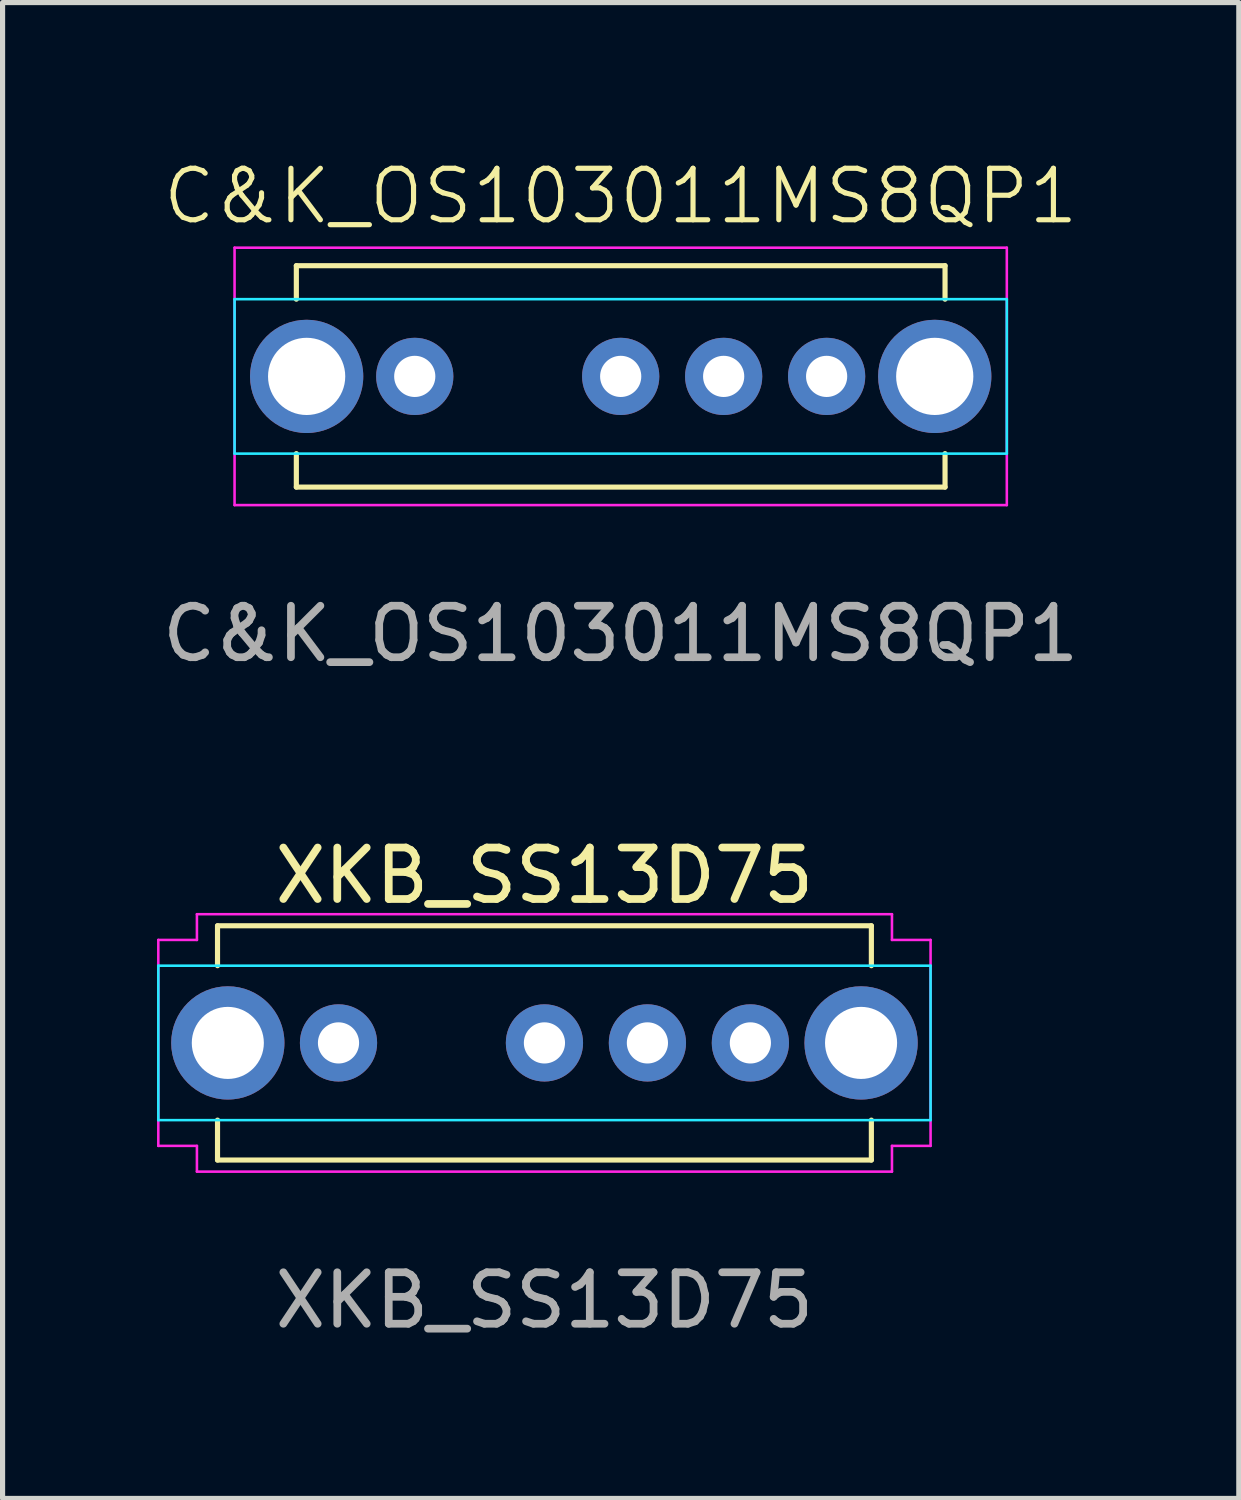
<source format=kicad_pcb>
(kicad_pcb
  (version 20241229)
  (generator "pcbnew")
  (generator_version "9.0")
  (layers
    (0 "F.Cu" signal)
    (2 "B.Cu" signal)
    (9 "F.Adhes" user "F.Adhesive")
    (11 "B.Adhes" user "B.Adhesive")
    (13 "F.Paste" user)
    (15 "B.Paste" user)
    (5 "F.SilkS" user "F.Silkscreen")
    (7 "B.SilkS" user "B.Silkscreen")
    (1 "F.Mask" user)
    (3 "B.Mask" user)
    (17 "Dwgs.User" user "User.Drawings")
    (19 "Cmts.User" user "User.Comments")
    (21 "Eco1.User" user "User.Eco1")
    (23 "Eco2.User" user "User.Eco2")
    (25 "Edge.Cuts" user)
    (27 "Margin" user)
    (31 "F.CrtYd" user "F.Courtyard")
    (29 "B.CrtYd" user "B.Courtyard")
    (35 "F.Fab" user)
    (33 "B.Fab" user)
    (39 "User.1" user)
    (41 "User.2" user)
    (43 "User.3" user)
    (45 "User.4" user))
  (footprint "XKB_SS13D75"
    (layer "F.Cu")
    (at 7.525 17.207)
    (property "Reference" "XKB_SS13D75" (at 0 -3.25 0) (unlocked yes) (layer "F.SilkS") (effects (font (size 1 1) (thickness 0.15))))
    (attr through_hole)
    (fp_line (start -6.35 -2.275) (end 6.35 -2.275) (stroke (width 0.1) (type default)) (layer "F.SilkS"))
    (fp_line (start -6.35 -1.5) (end -6.35 -2.275) (stroke (width 0.1) (type default)) (layer "F.SilkS"))
    (fp_line (start -6.35 2.275) (end -6.35 1.5) (stroke (width 0.1) (type default)) (layer "F.SilkS"))
    (fp_line (start 6.35 -2.275) (end 6.35 -1.5) (stroke (width 0.1) (type default)) (layer "F.SilkS"))
    (fp_line (start 6.35 2.275) (end -6.35 2.275) (stroke (width 0.1) (type default)) (layer "F.SilkS"))
    (fp_line (start 6.35 2.275) (end 6.35 1.5) (stroke (width 0.1) (type default)) (layer "F.SilkS"))
    (fp_line (start -7.5 -1.5) (end 7.5 -1.5) (stroke (width 0.05) (type default)) (layer "B.CrtYd"))
    (fp_line (start -7.5 1.5) (end -7.5 -1.5) (stroke (width 0.05) (type default)) (layer "B.CrtYd"))
    (fp_line (start 7.5 -1.5) (end 7.5 1.5) (stroke (width 0.05) (type default)) (layer "B.CrtYd"))
    (fp_line (start 7.5 1.5) (end -7.5 1.5) (stroke (width 0.05) (type default)) (layer "B.CrtYd"))
    (fp_line (start -7.5 -2) (end -6.75 -2) (stroke (width 0.05) (type default)) (layer "F.CrtYd"))
    (fp_line (start -7.5 2) (end -7.5 -2) (stroke (width 0.05) (type default)) (layer "F.CrtYd"))
    (fp_line (start -7.5 2) (end -6.75 2) (stroke (width 0.05) (type default)) (layer "F.CrtYd"))
    (fp_line (start -6.75 -2.5) (end 6.75 -2.5) (stroke (width 0.05) (type default)) (layer "F.CrtYd"))
    (fp_line (start -6.75 -2) (end -6.75 -2.5) (stroke (width 0.05) (type default)) (layer "F.CrtYd"))
    (fp_line (start -6.75 2) (end -6.75 2.5) (stroke (width 0.05) (type default)) (layer "F.CrtYd"))
    (fp_line (start 6.75 -2.5) (end 6.75 -2) (stroke (width 0.05) (type default)) (layer "F.CrtYd"))
    (fp_line (start 6.75 -2) (end 7.5 -2) (stroke (width 0.05) (type default)) (layer "F.CrtYd"))
    (fp_line (start 6.75 2) (end 6.75 2.5) (stroke (width 0.05) (type default)) (layer "F.CrtYd"))
    (fp_line (start 6.75 2.5) (end -6.75 2.5) (stroke (width 0.05) (type default)) (layer "F.CrtYd"))
    (fp_line (start 7.5 -2) (end 7.5 2) (stroke (width 0.05) (type default)) (layer "F.CrtYd"))
    (fp_line (start 7.5 2) (end 6.75 2) (stroke (width 0.05) (type default)) (layer "F.CrtYd"))
    (fp_text user "${REFERENCE}" (at 0 5 0) (unlocked yes) (layer "F.Fab") (effects (font (size 1 1) (thickness 0.15))))
    (pad "1" thru_hole circle (at -4 0) (size 1.5 1.5) (drill 0.8) (layers "*.Cu" "*.Mask"))
    (pad "2" thru_hole circle (at 0 0) (size 1.5 1.5) (drill 0.8) (layers "*.Cu" "*.Mask"))
    (pad "3" thru_hole circle (at 2 0) (size 1.5 1.5) (drill 0.8) (layers "*.Cu" "*.Mask"))
    (pad "4" thru_hole circle (at 4 0) (size 1.5 1.5) (drill 0.8) (layers "*.Cu" "*.Mask"))
    (pad "5" thru_hole circle (at -6.15 0) (size 2.2 2.2) (drill 1.4) (layers "*.Cu" "*.Mask"))
    (pad "5" thru_hole circle (at 6.15 0) (size 2.2 2.2) (drill 1.4) (layers "*.Cu" "*.Mask")))
  (footprint "C&K_OS103011MS8QP1"
    (layer "F.Cu")
    (at 9.006 4.261)
    (property "Reference" "C&K_OS103011MS8QP1" (at 0 -3.5 0) (unlocked yes) (layer "F.SilkS") (effects (font (size 1 1) (thickness 0.1))))
    (attr through_hole)
    (fp_line (start -6.3 -2.15) (end 6.3 -2.15) (stroke (width 0.1) (type default)) (layer "F.SilkS"))
    (fp_line (start -6.3 -1.5) (end -6.3 -2.15) (stroke (width 0.1) (type default)) (layer "F.SilkS"))
    (fp_line (start -6.3 2.15) (end -6.3 1.5) (stroke (width 0.1) (type default)) (layer "F.SilkS"))
    (fp_line (start 6.3 -2.15) (end 6.3 -1.5) (stroke (width 0.1) (type default)) (layer "F.SilkS"))
    (fp_line (start 6.3 2.15) (end -6.3 2.15) (stroke (width 0.1) (type default)) (layer "F.SilkS"))
    (fp_line (start 6.3 2.15) (end 6.3 1.5) (stroke (width 0.1) (type default)) (layer "F.SilkS"))
    (fp_line (start -7.5 -1.5) (end 7.5 -1.5) (stroke (width 0.05) (type default)) (layer "B.CrtYd"))
    (fp_line (start -7.5 1.5) (end -7.5 -1.5) (stroke (width 0.05) (type default)) (layer "B.CrtYd"))
    (fp_line (start 7.5 -1.5) (end 7.5 1.5) (stroke (width 0.05) (type default)) (layer "B.CrtYd"))
    (fp_line (start 7.5 1.5) (end -7.5 1.5) (stroke (width 0.05) (type default)) (layer "B.CrtYd"))
    (fp_line (start -7.5 -2.5) (end 7.5 -2.5) (stroke (width 0.05) (type default)) (layer "F.CrtYd"))
    (fp_line (start -7.5 2.5) (end -7.5 -2.5) (stroke (width 0.05) (type default)) (layer "F.CrtYd"))
    (fp_line (start 7.5 -2.5) (end 7.5 2.5) (stroke (width 0.05) (type default)) (layer "F.CrtYd"))
    (fp_line (start 7.5 2.5) (end -7.5 2.5) (stroke (width 0.05) (type default)) (layer "F.CrtYd"))
    (fp_text user "${REFERENCE}" (at 0 5 0) (unlocked yes) (layer "F.Fab") (effects (font (size 1 1) (thickness 0.15))))
    (pad "1" thru_hole circle (at -4 0) (size 1.5 1.5) (drill 0.8) (layers "*.Cu" "*.Mask"))
    (pad "2" thru_hole circle (at 0 0) (size 1.5 1.5) (drill 0.8) (layers "*.Cu" "*.Mask"))
    (pad "3" thru_hole circle (at 2 0) (size 1.5 1.5) (drill 0.8) (layers "*.Cu" "*.Mask"))
    (pad "4" thru_hole circle (at 4 0) (size 1.5 1.5) (drill 0.8) (layers "*.Cu" "*.Mask"))
    (pad "5" thru_hole circle (at -6.1 0) (size 2.2 2.2) (drill 1.5) (layers "*.Cu" "*.Mask"))
    (pad "5" thru_hole circle (at 6.1 0) (size 2.2 2.2) (drill 1.5) (layers "*.Cu" "*.Mask")))
  (gr_rect
    (start -3 -3)
    (end 21.012 26.055)
    (stroke (width 0.1) (type default))
    (fill no)
    (layer "Edge.Cuts")))
</source>
